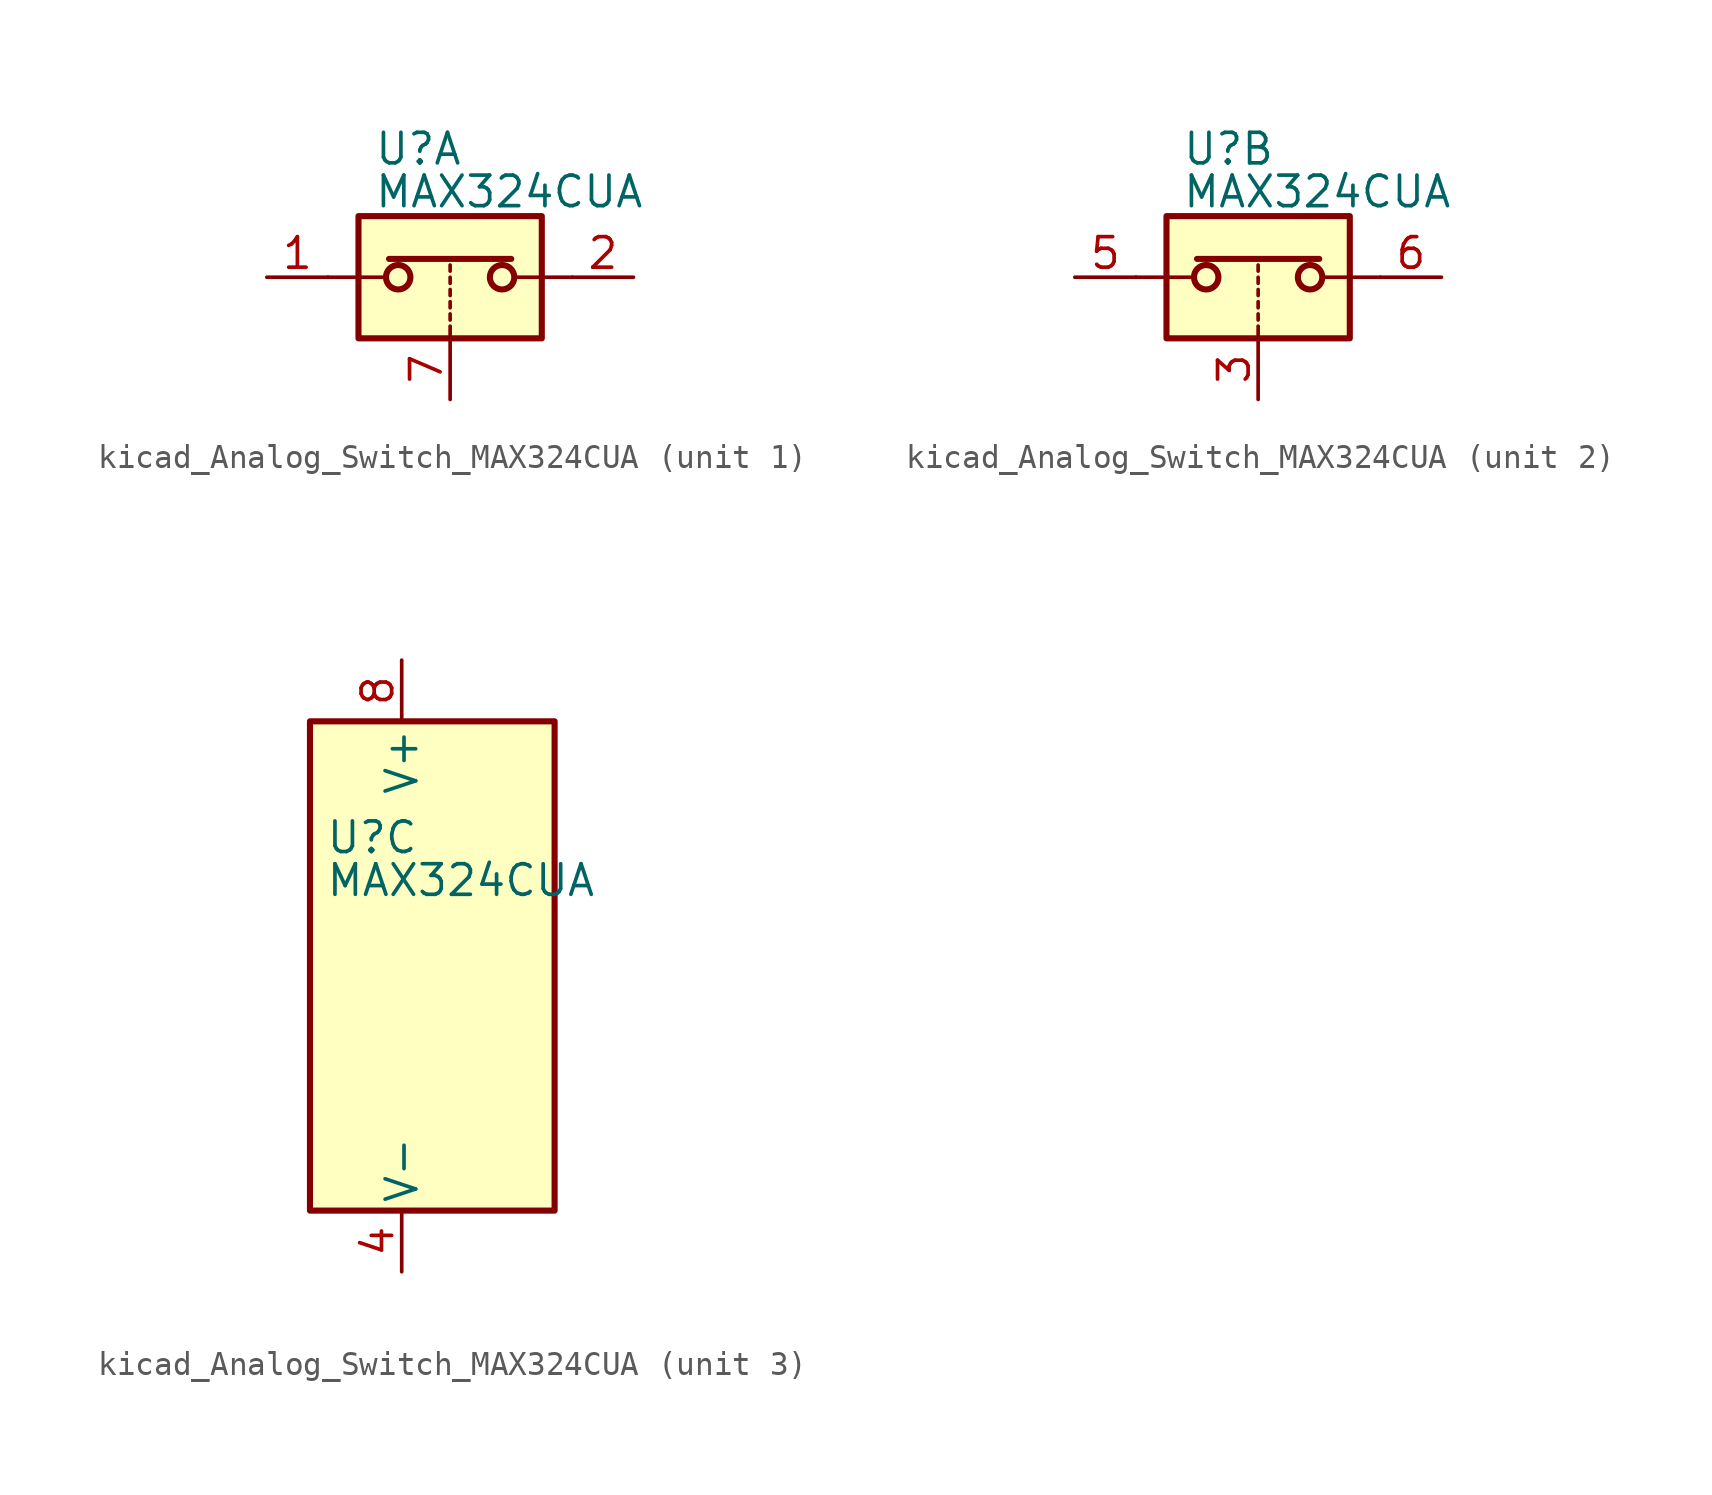
<source format=kicad_sym>
(kicad_symbol_lib
  (version 20220914)
  (generator kicad_symbol_editor)
  (symbol "kicad_Analog_Switch_MAX324CUA"
    (pin_names
      (offset 0.254))
    (property "Reference" "U"
      (at -3.175 5.334 0)
      (effects (font (size 1.27 1.27)) (justify left)))
    (property "Value" "MAX324CUA"
      (at -3.175 3.556 0)
      (effects (font (size 1.27 1.27)) (justify left)))
    (symbol "kicad_Analog_Switch_MAX324CUA_1_1"
      (rectangle (start -3.81 2.54) (end 3.81 -2.54) (stroke (width 0.254) (type default)) (fill (type background)))
      (circle (center -2.159 0) (radius 0.508) (stroke (width 0.254) (type default)) (fill (type none)))
      (polyline (pts (xy -5.08 0) (xy -2.794 0)) (stroke (width 0) (type default)) (fill (type none)))
      (polyline (pts (xy -2.54 0.762) (xy 2.54 0.762)) (stroke (width 0.254) (type default)) (fill (type none)))
      (polyline (pts (xy 0 -2.54) (xy 0 -2.032)) (stroke (width 0) (type default)) (fill (type none)))
      (polyline (pts (xy 0 -1.778) (xy 0 -1.524)) (stroke (width 0) (type default)) (fill (type none)))
      (polyline (pts (xy 0 -1.27) (xy 0 -1.016)) (stroke (width 0) (type default)) (fill (type none)))
      (polyline (pts (xy 0 -0.762) (xy 0 -0.508)) (stroke (width 0) (type default)) (fill (type none)))
      (polyline (pts (xy 0 -0.254) (xy 0 0)) (stroke (width 0) (type default)) (fill (type none)))
      (polyline (pts (xy 0 0.254) (xy 0 0.508)) (stroke (width 0) (type default)) (fill (type none)))
      (polyline (pts (xy 5.08 0) (xy 2.794 0)) (stroke (width 0) (type default)) (fill (type none)))
      (circle (center 2.159 0) (radius 0.508) (stroke (width 0.254) (type default)) (fill (type none)))
      (pin passive line (at -7.62 0 0) (length 2.54) (name "~" (effects (font (size 1.27 1.27)))) (number "1" (effects (font (size 1.27 1.27)))))
      (pin passive line (at 7.62 0 180) (length 2.54) (name "~" (effects (font (size 1.27 1.27)))) (number "2" (effects (font (size 1.27 1.27)))))
      (pin input line (at 0 -5.08 90) (length 2.54) (name "~" (effects (font (size 1.27 1.27)))) (number "7" (effects (font (size 1.27 1.27))))))
    (symbol "kicad_Analog_Switch_MAX324CUA_2_1"
      (rectangle (start -3.81 2.54) (end 3.81 -2.54) (stroke (width 0.254) (type default)) (fill (type background)))
      (circle (center -2.159 0) (radius 0.508) (stroke (width 0.254) (type default)) (fill (type none)))
      (polyline (pts (xy -5.08 0) (xy -2.794 0)) (stroke (width 0) (type default)) (fill (type none)))
      (polyline (pts (xy -2.54 0.762) (xy 2.54 0.762)) (stroke (width 0.254) (type default)) (fill (type none)))
      (polyline (pts (xy 0 -2.54) (xy 0 -2.032)) (stroke (width 0) (type default)) (fill (type none)))
      (polyline (pts (xy 0 -1.778) (xy 0 -1.524)) (stroke (width 0) (type default)) (fill (type none)))
      (polyline (pts (xy 0 -1.27) (xy 0 -1.016)) (stroke (width 0) (type default)) (fill (type none)))
      (polyline (pts (xy 0 -0.762) (xy 0 -0.508)) (stroke (width 0) (type default)) (fill (type none)))
      (polyline (pts (xy 0 -0.254) (xy 0 0)) (stroke (width 0) (type default)) (fill (type none)))
      (polyline (pts (xy 0 0.254) (xy 0 0.508)) (stroke (width 0) (type default)) (fill (type none)))
      (polyline (pts (xy 5.08 0) (xy 2.794 0)) (stroke (width 0) (type default)) (fill (type none)))
      (circle (center 2.159 0) (radius 0.508) (stroke (width 0.254) (type default)) (fill (type none)))
      (pin input line (at 0 -5.08 90) (length 2.54) (name "~" (effects (font (size 1.27 1.27)))) (number "3" (effects (font (size 1.27 1.27)))))
      (pin passive line (at -7.62 0 0) (length 2.54) (name "~" (effects (font (size 1.27 1.27)))) (number "5" (effects (font (size 1.27 1.27)))))
      (pin passive line (at 7.62 0 180) (length 2.54) (name "~" (effects (font (size 1.27 1.27)))) (number "6" (effects (font (size 1.27 1.27))))))
    (symbol "kicad_Analog_Switch_MAX324CUA_3_0"
      (pin power_in line (at 0 -12.7 90) (length 2.54) (name "V-" (effects (font (size 1.27 1.27)))) (number "4" (effects (font (size 1.27 1.27)))))
      (pin power_in line (at 0 12.7 270) (length 2.54) (name "V+" (effects (font (size 1.27 1.27)))) (number "8" (effects (font (size 1.27 1.27))))))
    (symbol "kicad_Analog_Switch_MAX324CUA_3_1"
      (rectangle (start -3.81 10.16) (end 6.35 -10.16) (stroke (width 0.254) (type default)) (fill (type background))))))
</source>
